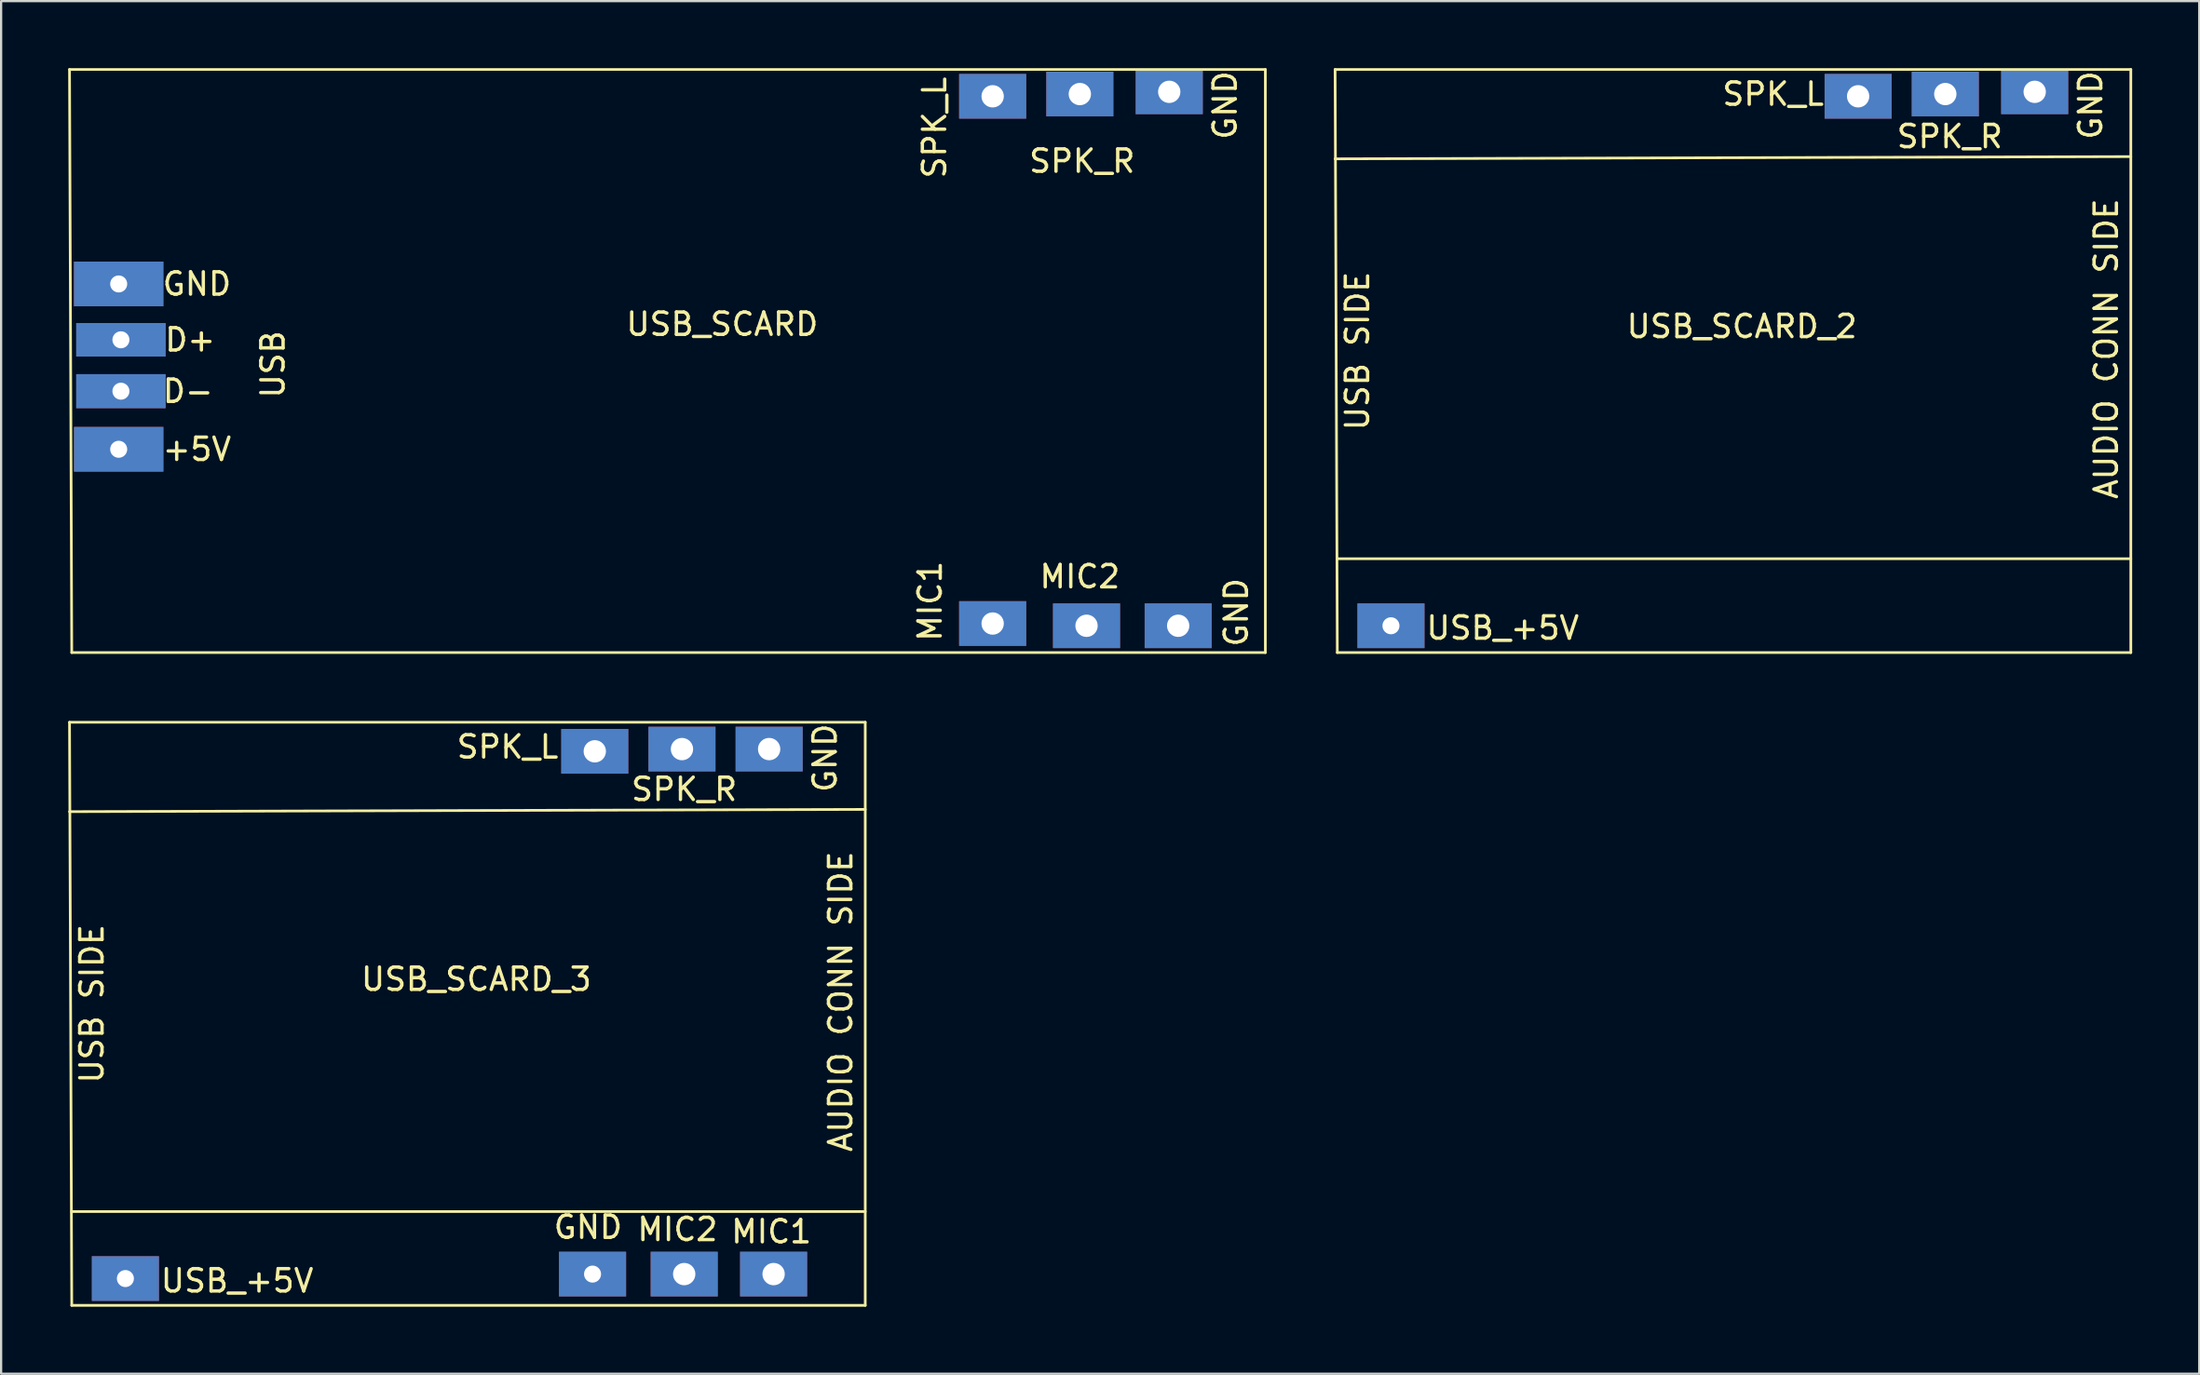
<source format=kicad_pcb>
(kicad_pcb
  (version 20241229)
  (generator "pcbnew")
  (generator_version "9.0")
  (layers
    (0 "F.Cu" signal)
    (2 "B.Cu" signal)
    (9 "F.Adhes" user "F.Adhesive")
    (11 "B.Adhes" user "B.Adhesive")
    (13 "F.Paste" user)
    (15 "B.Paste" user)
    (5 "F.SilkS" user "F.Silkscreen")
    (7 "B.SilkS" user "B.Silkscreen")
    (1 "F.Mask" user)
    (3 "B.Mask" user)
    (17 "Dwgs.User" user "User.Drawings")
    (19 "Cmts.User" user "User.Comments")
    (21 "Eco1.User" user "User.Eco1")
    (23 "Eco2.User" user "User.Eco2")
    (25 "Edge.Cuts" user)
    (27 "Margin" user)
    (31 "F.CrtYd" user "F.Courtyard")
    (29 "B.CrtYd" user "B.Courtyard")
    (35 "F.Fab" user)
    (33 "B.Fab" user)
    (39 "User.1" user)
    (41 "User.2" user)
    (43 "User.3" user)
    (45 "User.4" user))
  (footprint "USB_SCARD"
    (layer "F.Cu")
    (at 29.96 17.96)
    (property "Reference" "USB_SCARD" (at -0.7 -6.5 0) (layer "F.SilkS") (effects (font (size 1 1) (thickness 0.15))))
    (attr through_hole)
    (fp_line (start -29.8 8.2) (end -29.9 -17.9) (stroke (width 0.12) (type solid)) (layer "F.SilkS"))
    (fp_line (start 23.6 -17.9) (end -29.9 -17.9) (stroke (width 0.12) (type solid)) (layer "F.SilkS"))
    (fp_line (start 23.6 -17.9) (end 23.6 8.2) (stroke (width 0.12) (type solid)) (layer "F.SilkS"))
    (fp_line (start 23.6 8.2) (end -29.8 8.2) (stroke (width 0.12) (type solid)) (layer "F.SilkS"))
    (fp_text user "D-" (at -24.6 -3.5 0) (layer "F.SilkS") (effects (font (size 1 1) (thickness 0.15))))
    (fp_text user "USB" (at -20.8 -4.7 90) (layer "F.SilkS") (effects (font (size 1 1) (thickness 0.15))))
    (fp_text user "GND" (at 21.8 -16.3 90) (layer "F.SilkS") (effects (font (size 1 1) (thickness 0.15))))
    (fp_text user "SPK_R" (at 15.4 -13.8 180) (layer "F.SilkS") (effects (font (size 1 1) (thickness 0.15))))
    (fp_text user "MIC2" (at 15.3 4.8 180) (layer "F.SilkS") (effects (font (size 1 1) (thickness 0.15))))
    (fp_text user "D+" (at -24.5 -5.8 0) (layer "F.SilkS") (effects (font (size 1 1) (thickness 0.15))))
    (fp_text user "SPK_L" (at 8.8 -15.3 90) (layer "F.SilkS") (effects (font (size 1 1) (thickness 0.15))))
    (fp_text user "+5V" (at -24.2 -0.9 0) (layer "F.SilkS") (effects (font (size 1 1) (thickness 0.15))))
    (fp_text user "MIC1" (at 8.6 5.9 270) (layer "F.SilkS") (effects (font (size 1 1) (thickness 0.15))))
    (fp_text user "GND" (at 22.3 6.4 270) (layer "F.SilkS") (effects (font (size 1 1) (thickness 0.15))))
    (fp_text user "GND" (at -24.2 -8.3 0) (layer "F.SilkS") (effects (font (size 1 1) (thickness 0.15))))
    (pad "1" thru_hole rect (at -27.7 -0.9) (size 4 2) (drill 0.762) (layers "*.Cu" "*.Mask"))
    (pad "2" thru_hole rect (at -27.6 -3.5) (size 4 1.524) (drill 0.762) (layers "*.Cu" "*.Mask"))
    (pad "3" thru_hole rect (at -27.6 -5.8) (size 4 1.5) (drill 0.762) (layers "*.Cu" "*.Mask"))
    (pad "4" thru_hole rect (at -27.7 -8.3) (size 4 2) (drill 0.762) (layers "*.Cu" "*.Mask"))
    (pad "5" thru_hole rect (at 11.4 -16.7) (size 3 2) (drill 1) (layers "*.Cu" "*.Mask"))
    (pad "6" thru_hole rect (at 15.3 -16.8) (size 3 2) (drill 1) (layers "*.Cu" "*.Mask"))
    (pad "7" thru_hole rect (at 19.3 -16.9) (size 3 2) (drill 1) (layers "*.Cu" "*.Mask"))
    (pad "8" thru_hole rect (at 11.4 6.9) (size 3 2) (drill 1) (layers "*.Cu" "*.Mask"))
    (pad "9" thru_hole rect (at 15.6 7) (size 3 2) (drill 1) (layers "*.Cu" "*.Mask"))
    (pad "10" thru_hole rect (at 19.7 7) (size 3 2) (drill 1) (layers "*.Cu" "*.Mask")))
  (footprint "USB_SCARD_2"
    (layer "F.Cu")
    (at 68.68 17.96)
    (property "Reference" "USB_SCARD_2" (at 6.2 -6.4 0) (layer "F.SilkS") (effects (font (size 1 1) (thickness 0.15))))
    (attr through_hole)
    (fp_line (start -11.9 8.2) (end -12 -17.9) (stroke (width 0.12) (type solid)) (layer "F.SilkS"))
    (fp_line (start -11.9 8.2) (end 23.6 8.2) (stroke (width 0.12) (type solid)) (layer "F.SilkS"))
    (fp_line (start 23.6 -17.9) (end -12 -17.9) (stroke (width 0.12) (type solid)) (layer "F.SilkS"))
    (fp_line (start 23.6 -17.9) (end 23.6 8.2) (stroke (width 0.12) (type solid)) (layer "F.SilkS"))
    (fp_line (start 23.6 -14) (end -12 -13.9) (stroke (width 0.12) (type solid)) (layer "F.SilkS"))
    (fp_line (start 23.6 4) (end -11.9 4) (stroke (width 0.12) (type solid)) (layer "F.SilkS"))
    (fp_text user "USB SIDE" (at -11 -5.3 90) (layer "F.SilkS") (effects (font (size 1 1) (thickness 0.15))))
    (fp_text user "SPK_L" (at 7.6 -16.8 180) (layer "F.SilkS") (effects (font (size 1 1) (thickness 0.15))))
    (fp_text user "SPK_R" (at 15.5 -14.9 180) (layer "F.SilkS") (effects (font (size 1 1) (thickness 0.15))))
    (fp_text user "USB_+5V" (at -4.5 7.1 0) (layer "F.SilkS") (effects (font (size 1 1) (thickness 0.15))))
    (fp_text user "GND" (at 21.8 -16.3 90) (layer "F.SilkS") (effects (font (size 1 1) (thickness 0.15))))
    (fp_text user "AUDIO CONN SIDE" (at 22.5 -5.4 90) (layer "F.SilkS") (effects (font (size 1 1) (thickness 0.15))))
    (pad "1" thru_hole rect (at 11.4 -16.7) (size 3 2) (drill 1) (layers "*.Cu" "*.Mask"))
    (pad "2" thru_hole rect (at 15.3 -16.8) (size 3 2) (drill 1) (layers "*.Cu" "*.Mask"))
    (pad "3" thru_hole rect (at 19.3 -16.9) (size 3 2) (drill 1) (layers "*.Cu" "*.Mask"))
    (pad "4" thru_hole rect (at -9.5 7 90) (size 2 3) (drill 0.762) (layers "*.Cu" "*.Mask")))
  (footprint "USB_SCARD_3"
    (layer "F.Cu")
    (at 12.06 47.18)
    (property "Reference" "USB_SCARD_3" (at 6.2 -6.4 0) (layer "F.SilkS") (effects (font (size 1 1) (thickness 0.15))))
    (attr through_hole)
    (fp_line (start -11.9 8.2) (end -12 -17.9) (stroke (width 0.12) (type solid)) (layer "F.SilkS"))
    (fp_line (start -11.9 8.2) (end 23.6 8.2) (stroke (width 0.12) (type solid)) (layer "F.SilkS"))
    (fp_line (start 23.6 -17.9) (end -12 -17.9) (stroke (width 0.12) (type solid)) (layer "F.SilkS"))
    (fp_line (start 23.6 -17.9) (end 23.6 8.2) (stroke (width 0.12) (type solid)) (layer "F.SilkS"))
    (fp_line (start 23.6 -14) (end -12 -13.9) (stroke (width 0.12) (type solid)) (layer "F.SilkS"))
    (fp_line (start 23.6 4) (end -11.9 4) (stroke (width 0.12) (type solid)) (layer "F.SilkS"))
    (fp_text user "MIC1" (at 19.4 4.9 0) (layer "F.SilkS") (effects (font (size 1 1) (thickness 0.15))))
    (fp_text user "SPK_L" (at 7.6 -16.8 180) (layer "F.SilkS") (effects (font (size 1 1) (thickness 0.15))))
    (fp_text user "GND" (at 11.2 4.7 0) (layer "F.SilkS") (effects (font (size 1 1) (thickness 0.15))))
    (fp_text user "SPK_R" (at 15.5 -14.9 180) (layer "F.SilkS") (effects (font (size 1 1) (thickness 0.15))))
    (fp_text user "AUDIO CONN SIDE" (at 22.5 -5.4 90) (layer "F.SilkS") (effects (font (size 1 1) (thickness 0.15))))
    (fp_text user "USB_+5V" (at -4.5 7.1 0) (layer "F.SilkS") (effects (font (size 1 1) (thickness 0.15))))
    (fp_text user "USB SIDE" (at -11 -5.3 90) (layer "F.SilkS") (effects (font (size 1 1) (thickness 0.15))))
    (fp_text user "GND" (at 21.8 -16.3 90) (layer "F.SilkS") (effects (font (size 1 1) (thickness 0.15))))
    (fp_text user "MIC2" (at 15.2 4.8 0) (layer "F.SilkS") (effects (font (size 1 1) (thickness 0.15))))
    (pad "1" thru_hole rect (at 11.5 -16.6) (size 3 2) (drill 1) (layers "*.Cu" "*.Mask"))
    (pad "2" thru_hole rect (at 15.4 -16.7) (size 3 2) (drill 1) (layers "*.Cu" "*.Mask"))
    (pad "3" thru_hole rect (at 19.3 -16.7) (size 3 2) (drill 1) (layers "*.Cu" "*.Mask"))
    (pad "4" thru_hole rect (at -9.5 7 90) (size 2 3) (drill 0.762) (layers "*.Cu" "*.Mask"))
    (pad "5" thru_hole rect (at 11.4 6.8) (size 3 2) (drill 0.762) (layers "*.Cu" "*.Mask"))
    (pad "6" thru_hole rect (at 15.5 6.8) (size 3 2) (drill 1) (layers "*.Cu" "*.Mask"))
    (pad "7" thru_hole rect (at 19.5 6.8) (size 3 2) (drill 1) (layers "*.Cu" "*.Mask")))
  (gr_rect
    (start -3 -3)
    (end 95.34 58.44)
    (stroke (width 0.1) (type default))
    (fill no)
    (layer "Edge.Cuts")))
</source>
